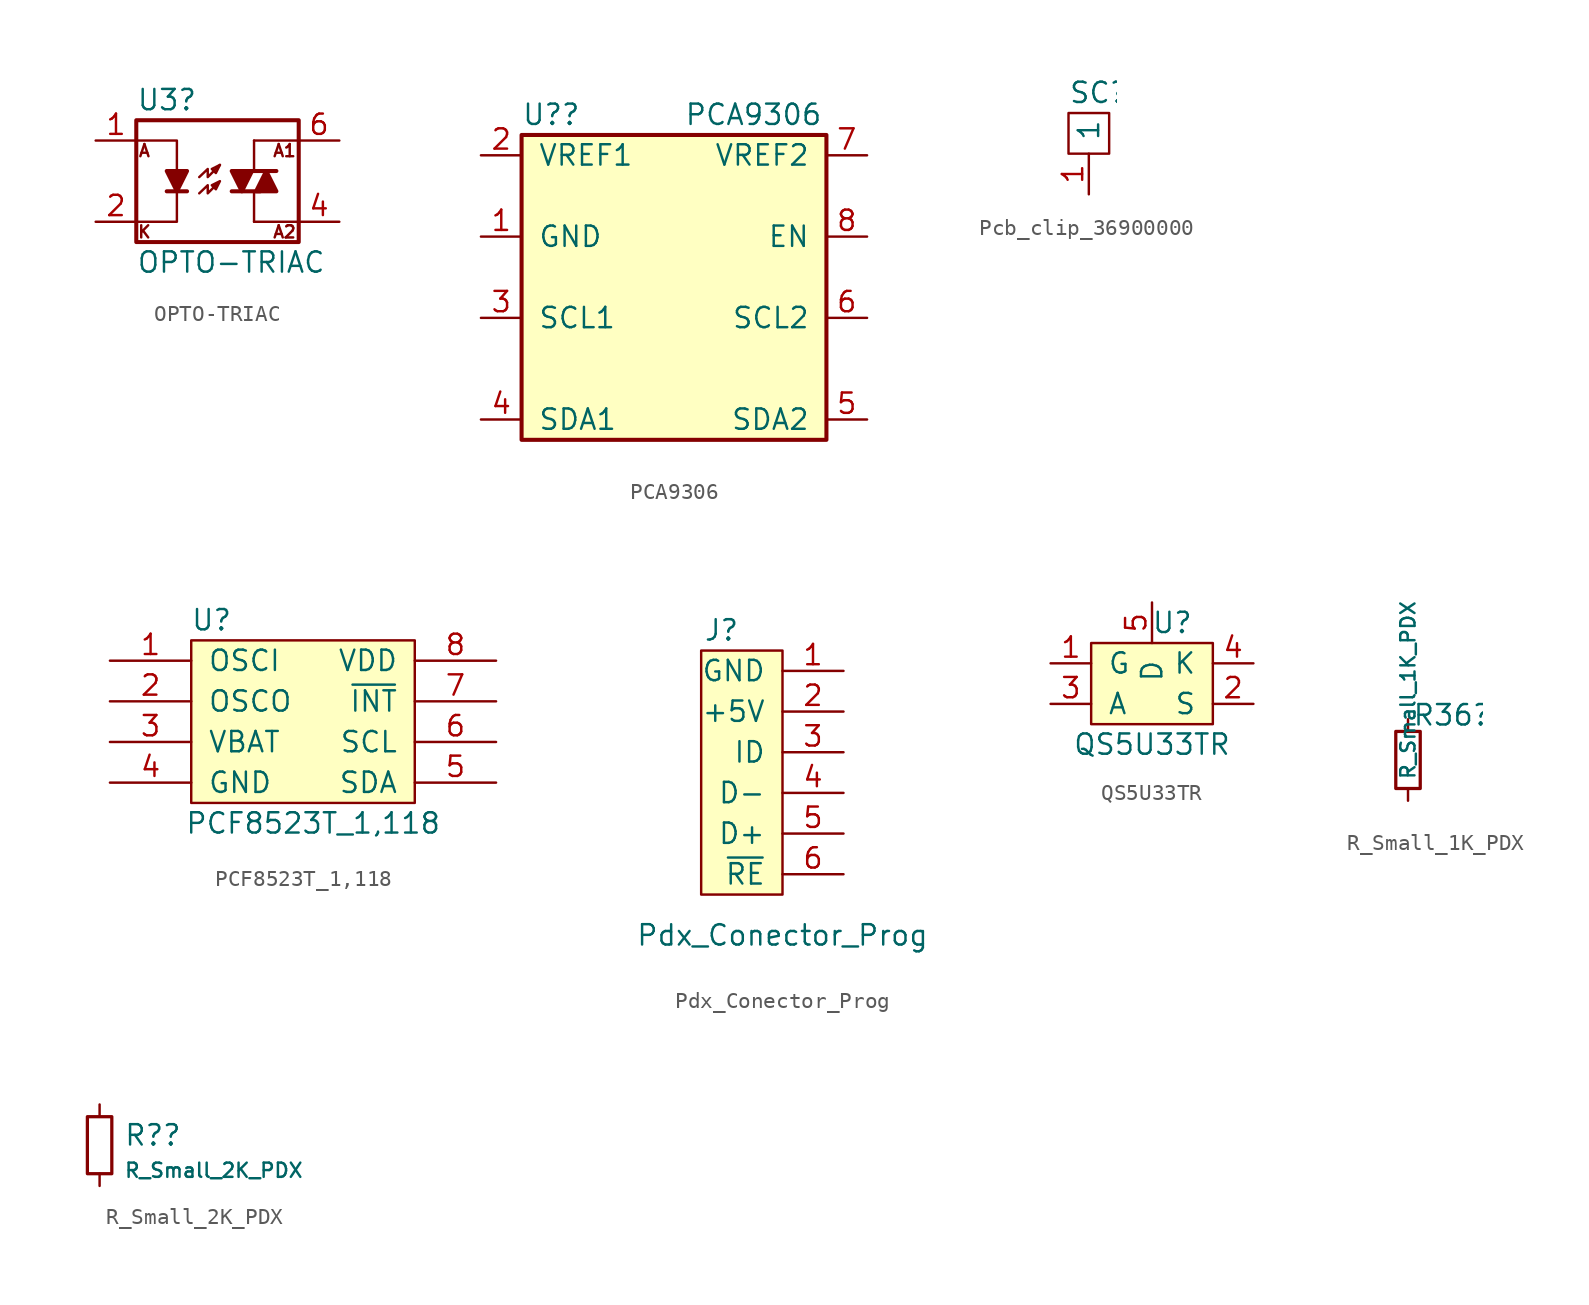
<source format=kicad_sym>
(kicad_symbol_lib
  (version 20211014)
  (generator kicad_symbol_editor)
  (symbol "OPTO-TRIAC"
    (pin_names
      (offset 1.016))
    (property "Reference" "U3"
      (at -5.08 5.08 0)
      (effects (font (size 1.27 1.27)) (justify left)))
    (property "Value" "OPTO-TRIAC"
      (at -5.08 -5.08 0)
      (effects (font (size 1.27 1.27)) (justify left)))
    (symbol "OPTO-TRIAC_0_0"
      (text "A" (at -4.572 1.905 0) (effects (font (size 0.762 0.762))))
      (text "A1" (at 4.191 1.905 0) (effects (font (size 0.762 0.762))))
      (text "A2" (at 4.191 -3.175 0) (effects (font (size 0.762 0.762))))
      (text "K" (at -4.572 -3.175 0) (effects (font (size 0.762 0.762)))))
    (symbol "OPTO-TRIAC_0_1"
      (rectangle (start -5.08 3.81) (end 5.08 -3.81) (stroke (width 0.254) (type default) (color 0 0 0 0)) (fill (type none)))
      (polyline (pts (xy -3.175 -0.635) (xy -1.905 -0.635)) (stroke (width 0.254) (type default) (color 0 0 0 0)) (fill (type none)))
      (polyline (pts (xy 1.905 0.635) (xy 3.683 0.635)) (stroke (width 0.254) (type default) (color 0 0 0 0)) (fill (type none)))
      (polyline (pts (xy 2.286 -2.54) (xy 2.286 -0.635)) (stroke (width 0) (type default) (color 0 0 0 0)) (fill (type none)))
      (polyline (pts (xy 2.286 -2.54) (xy 5.08 -2.54)) (stroke (width 0) (type default) (color 0 0 0 0)) (fill (type none)))
      (polyline (pts (xy 2.286 2.54) (xy 2.286 0.635)) (stroke (width 0) (type default) (color 0 0 0 0)) (fill (type none)))
      (polyline (pts (xy 2.286 2.54) (xy 5.08 2.54)) (stroke (width 0) (type default) (color 0 0 0 0)) (fill (type none)))
      (polyline (pts (xy 2.667 -0.635) (xy 0.889 -0.635)) (stroke (width 0.254) (type default) (color 0 0 0 0)) (fill (type none)))
      (polyline (pts (xy -5.08 2.54) (xy -2.54 2.54) (xy -2.54 0.635)) (stroke (width 0) (type default) (color 0 0 0 0)) (fill (type none)))
      (polyline (pts (xy -2.54 -0.635) (xy -2.54 -2.54) (xy -5.08 -2.54)) (stroke (width 0) (type default) (color 0 0 0 0)) (fill (type none)))
      (polyline (pts (xy -2.54 -0.635) (xy -3.175 0.635) (xy -1.905 0.635) (xy -2.54 -0.635)) (stroke (width 0.254) (type default) (color 0 0 0 0)) (fill (type outline)))
      (polyline (pts (xy -1.143 0.254) (xy -0.61 0.762) (xy -0.61 0.254) (xy 0.152 1.016)) (stroke (width 0) (type default) (color 0 0 0 0)) (fill (type none)))
      (polyline (pts (xy 0.152 1.016) (xy -0.356 0.762) (xy -0.102 0.508) (xy 0.152 1.016)) (stroke (width 0) (type default) (color 0 0 0 0)) (fill (type none)))
      (polyline (pts (xy 1.524 -0.635) (xy 2.159 0.635) (xy 0.889 0.635) (xy 1.524 -0.635)) (stroke (width 0.254) (type default) (color 0 0 0 0)) (fill (type outline)))
      (polyline (pts (xy 3.048 0.635) (xy 2.413 -0.635) (xy 3.683 -0.635) (xy 3.048 0.635)) (stroke (width 0.254) (type default) (color 0 0 0 0)) (fill (type outline)))
      (polyline (pts (xy -1.143 -0.762) (xy -0.61 -0.254) (xy -0.61 -0.762) (xy 0.152 0) (xy -0.356 -0.254) (xy -0.102 -0.508) (xy 0.152 0)) (stroke (width 0) (type default) (color 0 0 0 0)) (fill (type none))))
    (symbol "OPTO-TRIAC_1_1"
      (pin passive line (at -7.62 2.54 0) (length 2.54) (name "~" (effects (font (size 1.27 1.27)))) (number "1" (effects (font (size 1.27 1.27)))))
      (pin passive line (at -7.62 -2.54 0) (length 2.54) (name "~" (effects (font (size 1.27 1.27)))) (number "2" (effects (font (size 1.27 1.27)))))
      (pin no_connect line (at -7.62 -3.81 0) (length 2.54) hide (name "" (effects (font (size 1.27 1.27)))) (number "3" (effects (font (size 1.27 1.27)))))
      (pin passive line (at 7.62 -2.54 180) (length 2.54) (name "~" (effects (font (size 1.27 1.27)))) (number "4" (effects (font (size 1.27 1.27)))))
      (pin no_connect line (at 7.62 -3.81 180) (length 2.54) hide (name "" (effects (font (size 1.27 1.27)))) (number "5" (effects (font (size 1.27 1.27)))))
      (pin passive line (at 7.62 2.54 180) (length 2.54) (name "~" (effects (font (size 1.27 1.27)))) (number "6" (effects (font (size 1.27 1.27)))))))
  (symbol "PCA9306"
    (pin_names
      (offset 1.016))
    (property "Reference" "U?"
      (at 2.54 2.54 0)
      (effects (font (size 1.27 1.27)) (justify left)))
    (property "Value" "PCA9306"
      (at 12.7 2.54 0)
      (effects (font (size 1.27 1.27)) (justify left)))
    (symbol "PCA9306_0_1"
      (rectangle (start 2.54 1.27) (end 21.59 -17.78) (stroke (width 0.254) (type default) (color 0 0 0 0)) (fill (type background))))
    (symbol "PCA9306_1_1"
      (pin power_in line (at 0 -5.08 0) (length 2.54) (name "GND" (effects (font (size 1.27 1.27)))) (number "1" (effects (font (size 1.27 1.27)))))
      (pin power_in line (at 0 0 0) (length 2.54) (name "VREF1" (effects (font (size 1.27 1.27)))) (number "2" (effects (font (size 1.27 1.27)))))
      (pin bidirectional line (at 0 -10.16 0) (length 2.54) (name "SCL1" (effects (font (size 1.27 1.27)))) (number "3" (effects (font (size 1.27 1.27)))))
      (pin bidirectional line (at 0 -16.51 0) (length 2.54) (name "SDA1" (effects (font (size 1.27 1.27)))) (number "4" (effects (font (size 1.27 1.27)))))
      (pin bidirectional line (at 24.13 -16.51 180) (length 2.54) (name "SDA2" (effects (font (size 1.27 1.27)))) (number "5" (effects (font (size 1.27 1.27)))))
      (pin bidirectional line (at 24.13 -10.16 180) (length 2.54) (name "SCL2" (effects (font (size 1.27 1.27)))) (number "6" (effects (font (size 1.27 1.27)))))
      (pin power_in line (at 24.13 0 180) (length 2.54) (name "VREF2" (effects (font (size 1.27 1.27)))) (number "7" (effects (font (size 1.27 1.27)))))
      (pin input line (at 24.13 -5.08 180) (length 2.54) (name "EN" (effects (font (size 1.27 1.27)))) (number "8" (effects (font (size 1.27 1.27)))))))
  (symbol "Pcb_clip_36900000"
    (pin_names
      (offset 0.762))
    (property "Reference" "SC"
      (at -1.27 6.35 0)
      (effects (font (size 1.27 1.27)) (justify left)))
    (symbol "Pcb_clip_36900000_0_0"
      (pin unspecified line (at 0 0 90) (length 2.54) (name "1" (effects (font (size 1.27 1.27)))) (number "1" (effects (font (size 1.27 1.27))))))
    (symbol "Pcb_clip_36900000_0_1"
      (polyline (pts (xy -1.27 5.08) (xy 1.27 5.08) (xy 1.27 2.54) (xy -1.27 2.54) (xy -1.27 5.08)) (stroke (width 0.152) (type default) (color 0 0 0 0)) (fill (type none)))))
  (symbol "PCF8523T_1,118"
    (pin_names
      (offset 1.016))
    (property "Reference" "U"
      (at 1.27 1.27 0)
      (effects (font (size 1.27 1.27))))
    (property "Value" "PCF8523T_1,118"
      (at 7.62 -11.43 0)
      (effects (font (size 1.27 1.27))))
    (symbol "PCF8523T_1,118_0_1"
      (rectangle (start 0 0) (end 13.97 -10.16) (stroke (width 0) (type default) (color 0 0 0 0)) (fill (type background))))
    (symbol "PCF8523T_1,118_1_1"
      (pin input line (at -5.08 -1.27 0) (length 5.08) (name "OSCI" (effects (font (size 1.27 1.27)))) (number "1" (effects (font (size 1.27 1.27)))))
      (pin input line (at -5.08 -3.81 0) (length 5.08) (name "OSCO" (effects (font (size 1.27 1.27)))) (number "2" (effects (font (size 1.27 1.27)))))
      (pin input line (at -5.08 -6.35 0) (length 5.08) (name "VBAT" (effects (font (size 1.27 1.27)))) (number "3" (effects (font (size 1.27 1.27)))))
      (pin input line (at -5.08 -8.89 0) (length 5.08) (name "GND" (effects (font (size 1.27 1.27)))) (number "4" (effects (font (size 1.27 1.27)))))
      (pin input line (at 19.05 -8.89 180) (length 5.08) (name "SDA" (effects (font (size 1.27 1.27)))) (number "5" (effects (font (size 1.27 1.27)))))
      (pin input line (at 19.05 -6.35 180) (length 5.08) (name "SCL" (effects (font (size 1.27 1.27)))) (number "6" (effects (font (size 1.27 1.27)))))
      (pin input line (at 19.05 -3.81 180) (length 5.08) (name "~{INT}" (effects (font (size 1.27 1.27)))) (number "7" (effects (font (size 1.27 1.27)))))
      (pin input line (at 19.05 -1.27 180) (length 5.08) (name "VDD" (effects (font (size 1.27 1.27)))) (number "8" (effects (font (size 1.27 1.27)))))))
  (symbol "Pdx_Conector_Prog"
    (pin_names
      (offset 1.016))
    (property "Reference" "J"
      (at -3.81 8.89 0)
      (effects (font (size 1.27 1.27))))
    (property "Value" "Pdx_Conector_Prog"
      (at 0 -10.16 0)
      (effects (font (size 1.27 1.27))))
    (symbol "Pdx_Conector_Prog_0_1"
      (rectangle (start 0 7.62) (end -5.08 -7.62) (stroke (width 0) (type default) (color 0 0 0 0)) (fill (type background))))
    (symbol "Pdx_Conector_Prog_1_1"
      (pin passive line (at 3.81 6.35 180) (length 3.81) (name "GND" (effects (font (size 1.27 1.27)))) (number "1" (effects (font (size 1.27 1.27)))))
      (pin passive line (at 3.81 3.81 180) (length 3.81) (name "+5V" (effects (font (size 1.27 1.27)))) (number "2" (effects (font (size 1.27 1.27)))))
      (pin passive line (at 3.81 1.27 180) (length 3.81) (name "ID" (effects (font (size 1.27 1.27)))) (number "3" (effects (font (size 1.27 1.27)))))
      (pin passive line (at 3.81 -1.27 180) (length 3.81) (name "D-" (effects (font (size 1.27 1.27)))) (number "4" (effects (font (size 1.27 1.27)))))
      (pin passive line (at 3.81 -3.81 180) (length 3.81) (name "D+" (effects (font (size 1.27 1.27)))) (number "5" (effects (font (size 1.27 1.27)))))
      (pin passive line (at 3.81 -6.35 180) (length 3.81) (name "~{RE}" (effects (font (size 1.27 1.27)))) (number "6" (effects (font (size 1.27 1.27)))))))
  (symbol "QS5U33TR"
    (pin_names
      (offset 1.016))
    (property "Reference" "U"
      (at 1.27 11.43 0)
      (effects (font (size 1.27 1.27))))
    (property "Value" "QS5U33TR"
      (at 0 3.81 0)
      (effects (font (size 1.27 1.27))))
    (symbol "QS5U33TR_0_1"
      (rectangle (start -3.81 10.16) (end 3.81 5.08) (stroke (width 0) (type default) (color 0 0 0 0)) (fill (type background))))
    (symbol "QS5U33TR_1_1"
      (pin input line (at -6.35 8.89 0) (length 2.54) (name "G" (effects (font (size 1.27 1.27)))) (number "1" (effects (font (size 1.27 1.27)))))
      (pin input line (at 6.35 6.35 180) (length 2.54) (name "S" (effects (font (size 1.27 1.27)))) (number "2" (effects (font (size 1.27 1.27)))))
      (pin input line (at -6.35 6.35 0) (length 2.54) (name "A" (effects (font (size 1.27 1.27)))) (number "3" (effects (font (size 1.27 1.27)))))
      (pin input line (at 6.35 8.89 180) (length 2.54) (name "K" (effects (font (size 1.27 1.27)))) (number "4" (effects (font (size 1.27 1.27)))))
      (pin input line (at 0 12.7 270) (length 2.54) (name "D" (effects (font (size 1.27 1.27)))) (number "5" (effects (font (size 1.27 1.27)))))))
  (symbol "R_Small_1K_PDX"
    (pin_numbers hide)
    (pin_names
      (offset 0.254) hide)
    (property "Reference" "R36"
      (at 0.254 2.794 0)
      (effects (font (size 1.27 1.27)) (justify left)))
    (property "Value" "R_Small_1K_PDX"
      (at 0 -1.27 90)
      (effects (font (size 0.889 0.889)) (justify left)))
    (symbol "R_Small_1K_PDX_0_1"
      (rectangle (start -0.762 1.778) (end 0.762 -1.778) (stroke (width 0.203) (type default) (color 0 0 0 0)) (fill (type none))))
    (symbol "R_Small_1K_PDX_1_1"
      (pin passive line (at 0 2.54 270) (length 0.762) (name "~" (effects (font (size 1.27 1.27)))) (number "1" (effects (font (size 1.27 1.27)))))
      (pin passive line (at 0 -2.54 90) (length 0.762) (name "~" (effects (font (size 1.27 1.27)))) (number "2" (effects (font (size 1.27 1.27)))))))
  (symbol "R_Small_2K_PDX"
    (pin_numbers hide)
    (pin_names
      (offset 0.254) hide)
    (property "Reference" "R?"
      (at 1.499 0.622 0)
      (effects (font (size 1.27 1.27)) (justify left)))
    (property "Value" "R_Small_2K_PDX"
      (at 1.499 -1.572 0)
      (effects (font (size 0.889 0.889)) (justify left)))
    (symbol "R_Small_2K_PDX_0_1"
      (rectangle (start -0.762 1.778) (end 0.762 -1.778) (stroke (width 0.203) (type default) (color 0 0 0 0)) (fill (type none))))
    (symbol "R_Small_2K_PDX_1_1"
      (pin passive line (at 0 2.54 270) (length 0.762) (name "~" (effects (font (size 1.27 1.27)))) (number "1" (effects (font (size 1.27 1.27)))))
      (pin passive line (at 0 -2.54 90) (length 0.762) (name "~" (effects (font (size 1.27 1.27)))) (number "2" (effects (font (size 1.27 1.27))))))))
</source>
